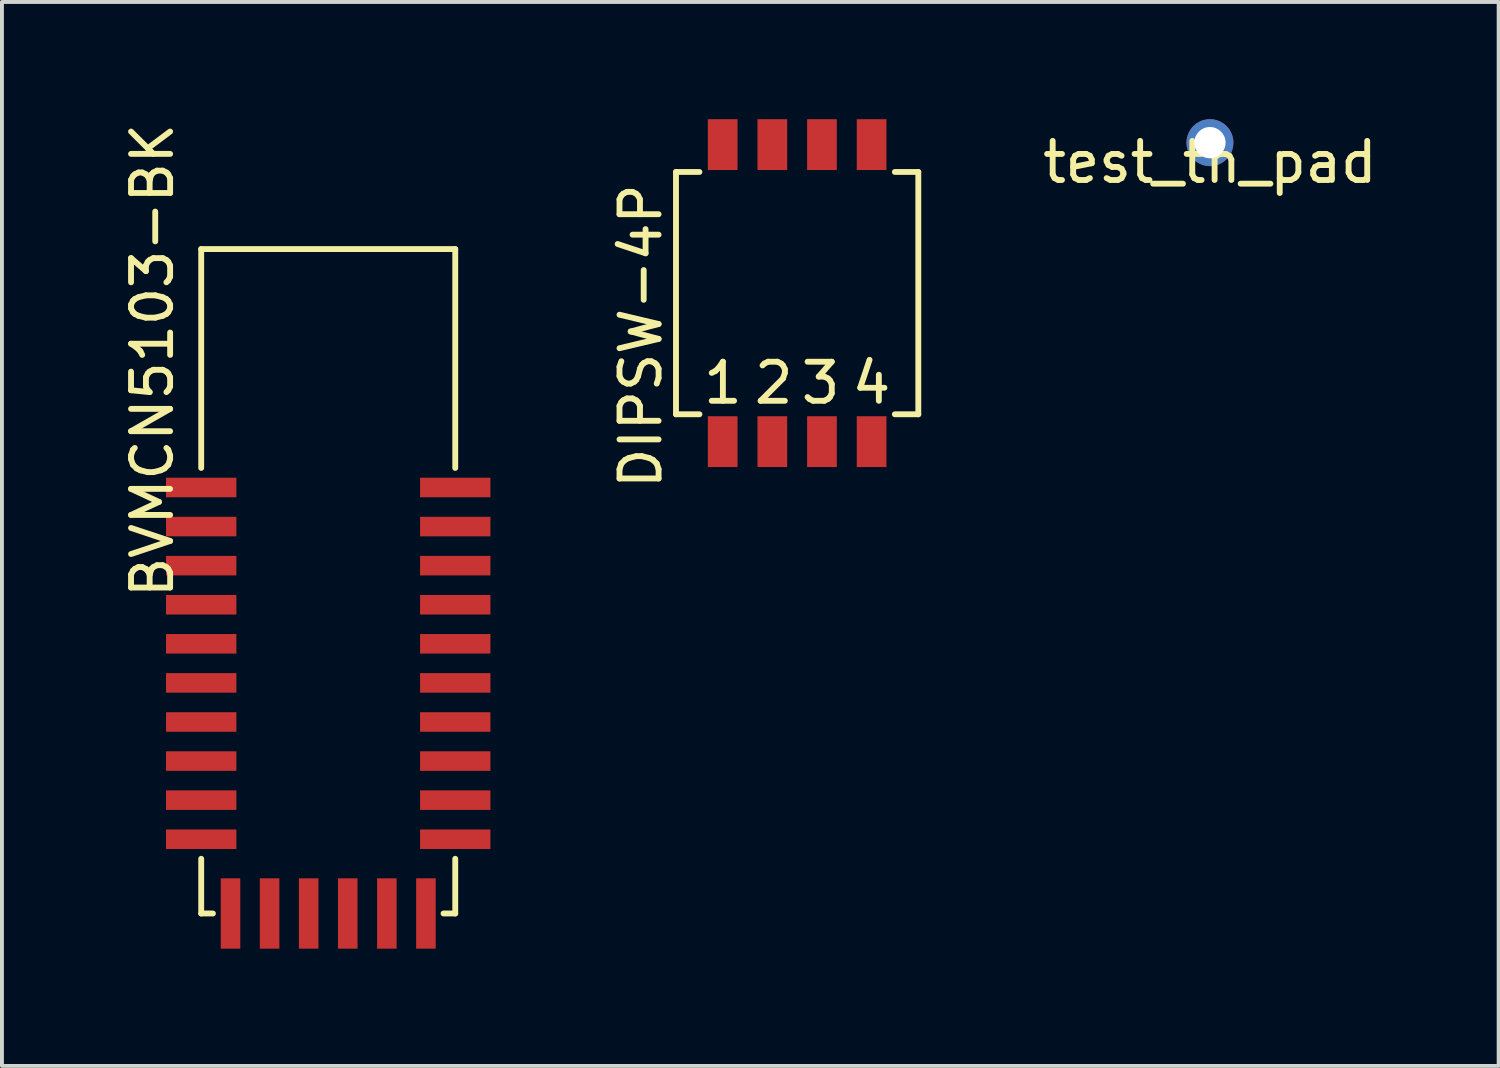
<source format=kicad_pcb>
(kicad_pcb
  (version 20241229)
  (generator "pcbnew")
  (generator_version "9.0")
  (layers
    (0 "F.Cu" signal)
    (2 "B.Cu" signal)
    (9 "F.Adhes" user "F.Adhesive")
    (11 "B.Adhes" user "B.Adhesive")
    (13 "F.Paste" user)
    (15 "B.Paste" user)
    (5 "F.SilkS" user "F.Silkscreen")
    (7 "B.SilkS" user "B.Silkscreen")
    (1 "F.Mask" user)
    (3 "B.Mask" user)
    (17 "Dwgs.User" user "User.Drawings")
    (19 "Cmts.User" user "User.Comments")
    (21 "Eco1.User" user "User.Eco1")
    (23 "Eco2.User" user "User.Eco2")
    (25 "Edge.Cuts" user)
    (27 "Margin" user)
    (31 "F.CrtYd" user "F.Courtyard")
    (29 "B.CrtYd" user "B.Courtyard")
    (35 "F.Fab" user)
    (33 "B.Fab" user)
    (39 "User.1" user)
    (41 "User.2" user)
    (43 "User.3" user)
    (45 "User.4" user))
  (footprint "test_th_pad"
    (layer "F.Cu")
    (at 27.908 0.6)
    (property "Reference" "test_th_pad" (at 0 0.5 0) (layer "F.SilkS") (effects (font (size 1 1) (thickness 0.15))))
    (attr through_hole)
    (pad "1" thru_hole circle (at 0 0) (size 1.2 1.2) (drill 0.8) (layers "*.Cu" "*.Mask")))
  (footprint "BVMCN5103-BK"
    (layer "F.Cu")
    (at 5.348 18.423)
    (property "Reference" "BVMCN5103-BK" (at -4.5 -12.25 90) (layer "F.SilkS") (effects (font (size 1 1) (thickness 0.15))))
    (attr through_hole)
    (fp_line (start -3.25 -9.5) (end -3.25 -15.1) (stroke (width 0.15) (type solid)) (layer "F.SilkS"))
    (fp_line (start -3.25 0.5) (end -3.25 1.9) (stroke (width 0.15) (type solid)) (layer "F.SilkS"))
    (fp_line (start -3.25 1.9) (end -2.95 1.9) (stroke (width 0.15) (type solid)) (layer "F.SilkS"))
    (fp_line (start 3.25 -15.1) (end -3.25 -15.1) (stroke (width 0.15) (type solid)) (layer "F.SilkS"))
    (fp_line (start 3.25 -9.5) (end 3.25 -15.1) (stroke (width 0.15) (type solid)) (layer "F.SilkS"))
    (fp_line (start 3.25 0.5) (end 3.25 1.9) (stroke (width 0.15) (type solid)) (layer "F.SilkS"))
    (fp_line (start 3.25 1.9) (end 2.95 1.9) (stroke (width 0.15) (type solid)) (layer "F.SilkS"))
    (pad "1" smd rect (at -3.25 -9) (size 1.8 0.5) (layers "F.Cu" "F.Mask" "F.Paste"))
    (pad "2" smd rect (at -3.25 -8) (size 1.8 0.5) (layers "F.Cu" "F.Mask" "F.Paste"))
    (pad "3" smd rect (at -3.25 -7) (size 1.8 0.5) (layers "F.Cu" "F.Mask" "F.Paste"))
    (pad "4" smd rect (at -3.25 -6) (size 1.8 0.5) (layers "F.Cu" "F.Mask" "F.Paste"))
    (pad "5" smd rect (at -3.25 -5) (size 1.8 0.5) (layers "F.Cu" "F.Mask" "F.Paste"))
    (pad "6" smd rect (at -3.25 -4) (size 1.8 0.5) (layers "F.Cu" "F.Mask" "F.Paste"))
    (pad "7" smd rect (at -3.25 -3) (size 1.8 0.5) (layers "F.Cu" "F.Mask" "F.Paste"))
    (pad "8" smd rect (at -3.25 -2) (size 1.8 0.5) (layers "F.Cu" "F.Mask" "F.Paste"))
    (pad "9" smd rect (at -3.25 -1) (size 1.8 0.5) (layers "F.Cu" "F.Mask" "F.Paste"))
    (pad "10" smd rect (at -3.25 0) (size 1.8 0.5) (layers "F.Cu" "F.Mask" "F.Paste"))
    (pad "11" smd rect (at -2.5 1.9 90) (size 1.8 0.5) (layers "F.Cu" "F.Mask" "F.Paste"))
    (pad "12" smd rect (at -1.5 1.9 90) (size 1.8 0.5) (layers "F.Cu" "F.Mask" "F.Paste"))
    (pad "13" smd rect (at -0.5 1.9 90) (size 1.8 0.5) (layers "F.Cu" "F.Mask" "F.Paste"))
    (pad "14" smd rect (at 0.5 1.9 90) (size 1.8 0.5) (layers "F.Cu" "F.Mask" "F.Paste"))
    (pad "15" smd rect (at 1.5 1.9 90) (size 1.8 0.5) (layers "F.Cu" "F.Mask" "F.Paste"))
    (pad "16" smd rect (at 2.5 1.9 90) (size 1.8 0.5) (layers "F.Cu" "F.Mask" "F.Paste"))
    (pad "17" smd rect (at 3.25 0) (size 1.8 0.5) (layers "F.Cu" "F.Mask" "F.Paste"))
    (pad "18" smd rect (at 3.25 -1) (size 1.8 0.5) (layers "F.Cu" "F.Mask" "F.Paste"))
    (pad "19" smd rect (at 3.25 -2) (size 1.8 0.5) (layers "F.Cu" "F.Mask" "F.Paste"))
    (pad "20" smd rect (at 3.25 -3) (size 1.8 0.5) (layers "F.Cu" "F.Mask" "F.Paste"))
    (pad "21" smd rect (at 3.25 -4) (size 1.8 0.5) (layers "F.Cu" "F.Mask" "F.Paste"))
    (pad "22" smd rect (at 3.25 -5) (size 1.8 0.5) (layers "F.Cu" "F.Mask" "F.Paste"))
    (pad "23" smd rect (at 3.25 -6) (size 1.8 0.5) (layers "F.Cu" "F.Mask" "F.Paste"))
    (pad "24" smd rect (at 3.25 -7) (size 1.8 0.5) (layers "F.Cu" "F.Mask" "F.Paste"))
    (pad "25" smd rect (at 3.25 -8) (size 1.8 0.5) (layers "F.Cu" "F.Mask" "F.Paste"))
    (pad "26" smd rect (at 3.25 -9) (size 1.8 0.5) (layers "F.Cu" "F.Mask" "F.Paste")))
  (footprint "DIPSW-4P"
    (layer "F.Cu")
    (at 17.346 4.45)
    (property "Reference" "DIPSW-4P" (at -4 1.1 90) (layer "F.SilkS") (effects (font (size 1 1) (thickness 0.15))))
    (attr through_hole)
    (fp_line (start -3.1 -3.1) (end -2.5 -3.1) (stroke (width 0.15) (type solid)) (layer "F.SilkS"))
    (fp_line (start -3.1 3.1) (end -3.1 -3.1) (stroke (width 0.15) (type solid)) (layer "F.SilkS"))
    (fp_line (start -2.5 3.1) (end -3.1 3.1) (stroke (width 0.15) (type solid)) (layer "F.SilkS"))
    (fp_line (start 2.5 -3.1) (end 3.1 -3.1) (stroke (width 0.15) (type solid)) (layer "F.SilkS"))
    (fp_line (start 3.1 -3.1) (end 3.1 3.1) (stroke (width 0.15) (type solid)) (layer "F.SilkS"))
    (fp_line (start 3.1 3.1) (end 2.5 3.1) (stroke (width 0.15) (type solid)) (layer "F.SilkS"))
    (fp_text user "2" (at -0.6 2.3 0) (layer "F.SilkS") (effects (font (size 1 1) (thickness 0.15))))
    (fp_text user "4" (at 1.9 2.3 0) (layer "F.SilkS") (effects (font (size 1 1) (thickness 0.15))))
    (fp_text user "3" (at 0.6 2.3 0) (layer "F.SilkS") (effects (font (size 1 1) (thickness 0.15))))
    (fp_text user "1" (at -1.9 2.3 0) (layer "F.SilkS") (effects (font (size 1 1) (thickness 0.15))))
    (pad "1" smd rect (at -1.905 3.8) (size 0.76 1.3) (layers "F.Cu" "F.Mask" "F.Paste"))
    (pad "2" smd rect (at -0.635 3.8) (size 0.76 1.3) (layers "F.Cu" "F.Mask" "F.Paste"))
    (pad "3" smd rect (at 0.635 3.8) (size 0.76 1.3) (layers "F.Cu" "F.Mask" "F.Paste"))
    (pad "4" smd rect (at 1.905 3.8) (size 0.76 1.3) (layers "F.Cu" "F.Mask" "F.Paste"))
    (pad "5" smd rect (at 1.905 -3.8) (size 0.76 1.3) (layers "F.Cu" "F.Mask" "F.Paste"))
    (pad "6" smd rect (at 0.635 -3.8) (size 0.76 1.3) (layers "F.Cu" "F.Mask" "F.Paste"))
    (pad "7" smd rect (at -0.635 -3.8) (size 0.76 1.3) (layers "F.Cu" "F.Mask" "F.Paste"))
    (pad "8" smd rect (at -1.905 -3.8) (size 0.76 1.3) (layers "F.Cu" "F.Mask" "F.Paste")))
  (gr_rect
    (start -3 -3)
    (end 35.295 24.223)
    (stroke (width 0.1) (type default))
    (fill no)
    (layer "Edge.Cuts")))
</source>
